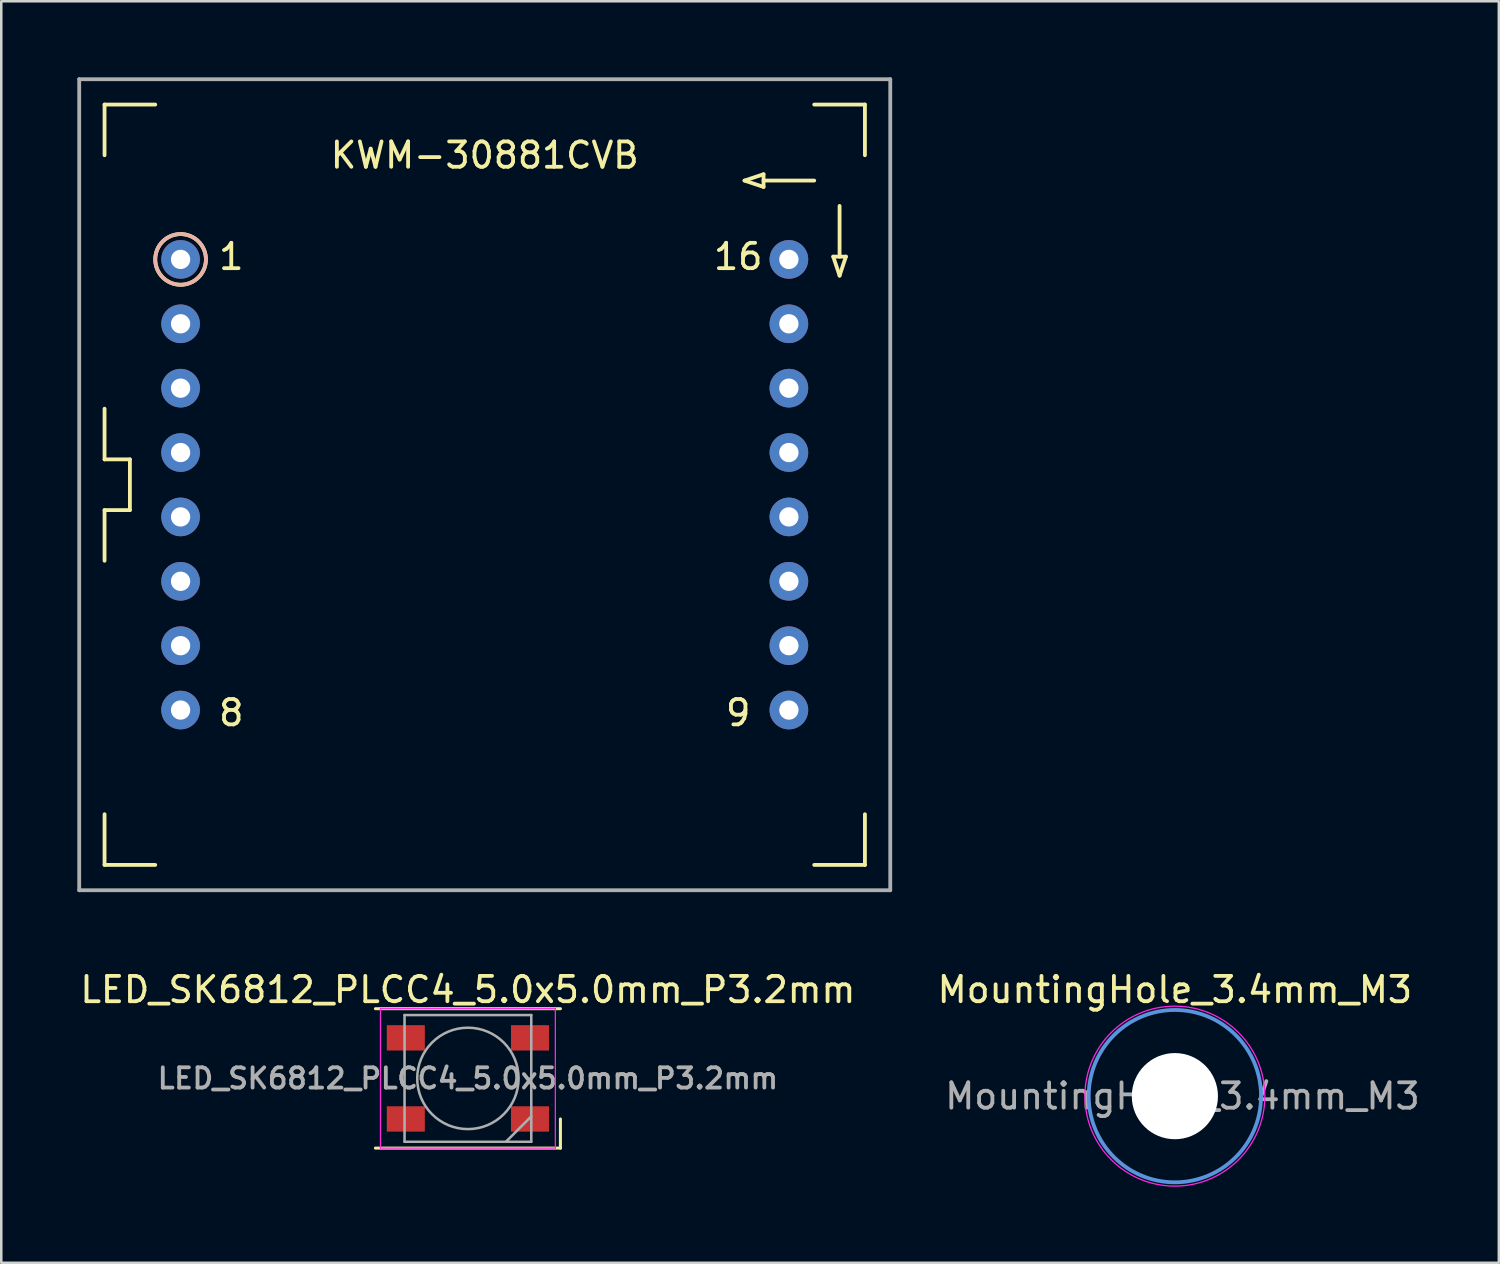
<source format=kicad_pcb>
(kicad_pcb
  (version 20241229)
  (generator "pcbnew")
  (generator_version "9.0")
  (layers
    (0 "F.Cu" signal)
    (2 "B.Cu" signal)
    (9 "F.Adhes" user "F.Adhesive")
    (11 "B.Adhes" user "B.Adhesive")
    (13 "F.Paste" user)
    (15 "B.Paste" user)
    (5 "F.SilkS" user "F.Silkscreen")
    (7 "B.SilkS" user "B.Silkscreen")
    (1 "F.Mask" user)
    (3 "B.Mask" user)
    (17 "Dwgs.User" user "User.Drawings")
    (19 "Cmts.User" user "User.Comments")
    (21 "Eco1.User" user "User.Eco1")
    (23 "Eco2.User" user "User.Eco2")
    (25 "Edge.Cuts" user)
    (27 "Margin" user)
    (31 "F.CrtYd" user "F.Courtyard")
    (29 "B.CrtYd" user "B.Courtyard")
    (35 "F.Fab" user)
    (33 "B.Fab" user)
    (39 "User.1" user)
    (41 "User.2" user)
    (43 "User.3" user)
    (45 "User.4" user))
  (footprint "MountingHole_3.4mm_M3"
    (layer "F.Cu")
    (at 43.304 40.198)
    (property "Reference" "MountingHole_3.4mm_M3" (at 0 -4.2 0) (layer "F.SilkS") (effects (font (size 1 1) (thickness 0.15))))
    (attr exclude_from_pos_files exclude_from_bom)
    (fp_circle (center 0 0) (end 3.4 0) (stroke (width 0.15) (type solid)) (fill no) (layer "Cmts.User"))
    (fp_circle (center 0 0) (end 3.55 0) (stroke (width 0.05) (type solid)) (fill no) (layer "F.CrtYd"))
    (fp_text user "${REFERENCE}" (at 0.3 0 0) (layer "F.Fab") (effects (font (size 1 1) (thickness 0.15))))
    (pad "" np_thru_hole circle (at 0 0) (size 3.4 3.4) (drill 3.4) (layers "*.Cu" "*.Mask")))
  (footprint "KWM-30881CVB"
    (layer "F.Cu")
    (at 16.075 16.075)
    (property "Reference" "KWM-30881CVB" (at 0 -13 0) (layer "F.SilkS") (effects (font (size 1 1) (thickness 0.15))))
    (attr smd)
    (fp_line (start -15 -15) (end -13 -15) (stroke (width 0.15) (type solid)) (layer "F.SilkS"))
    (fp_line (start -15 -13) (end -15 -15) (stroke (width 0.15) (type solid)) (layer "F.SilkS"))
    (fp_line (start -15 -1) (end -15 -3) (stroke (width 0.15) (type solid)) (layer "F.SilkS"))
    (fp_line (start -15 -1) (end -14 -1) (stroke (width 0.15) (type solid)) (layer "F.SilkS"))
    (fp_line (start -15 1) (end -15 3) (stroke (width 0.15) (type solid)) (layer "F.SilkS"))
    (fp_line (start -15 15) (end -15 13) (stroke (width 0.15) (type solid)) (layer "F.SilkS"))
    (fp_line (start -14 -1) (end -14 1) (stroke (width 0.15) (type solid)) (layer "F.SilkS"))
    (fp_line (start -14 1) (end -15 1) (stroke (width 0.15) (type solid)) (layer "F.SilkS"))
    (fp_line (start -13 15) (end -15 15) (stroke (width 0.15) (type solid)) (layer "F.SilkS"))
    (fp_line (start 10.25 -12) (end 11 -11.75) (stroke (width 0.15) (type solid)) (layer "F.SilkS"))
    (fp_line (start 11 -12.25) (end 10.25 -12) (stroke (width 0.15) (type solid)) (layer "F.SilkS"))
    (fp_line (start 11 -11.75) (end 11 -12.25) (stroke (width 0.15) (type solid)) (layer "F.SilkS"))
    (fp_line (start 13 -15) (end 15 -15) (stroke (width 0.15) (type solid)) (layer "F.SilkS"))
    (fp_line (start 13 -12) (end 11 -12) (stroke (width 0.15) (type solid)) (layer "F.SilkS"))
    (fp_line (start 13.75 -9) (end 14.25 -9) (stroke (width 0.15) (type solid)) (layer "F.SilkS"))
    (fp_line (start 14 -11) (end 14 -9) (stroke (width 0.15) (type solid)) (layer "F.SilkS"))
    (fp_line (start 14 -8.25) (end 13.75 -9) (stroke (width 0.15) (type solid)) (layer "F.SilkS"))
    (fp_line (start 14.25 -9) (end 14 -8.25) (stroke (width 0.15) (type solid)) (layer "F.SilkS"))
    (fp_line (start 15 -15) (end 15 -13) (stroke (width 0.15) (type solid)) (layer "F.SilkS"))
    (fp_line (start 15 13) (end 15 15) (stroke (width 0.15) (type solid)) (layer "F.SilkS"))
    (fp_line (start 15 15) (end 13 15) (stroke (width 0.15) (type solid)) (layer "F.SilkS"))
    (fp_circle (center -12 -8.89) (end -12 -7.89) (stroke (width 0.15) (type solid)) (fill no) (layer "F.SilkS"))
    (fp_circle (center -12 -8.89) (end -11 -8.89) (stroke (width 0.15) (type solid)) (fill no) (layer "B.SilkS"))
    (fp_line (start -16 -16) (end 16 -16) (stroke (width 0.15) (type solid)) (layer "F.Fab"))
    (fp_line (start -16 16) (end -16 -16) (stroke (width 0.15) (type solid)) (layer "F.Fab"))
    (fp_line (start 16 -16) (end 16 16) (stroke (width 0.15) (type solid)) (layer "F.Fab"))
    (fp_line (start 16 16) (end -16 16) (stroke (width 0.15) (type solid)) (layer "F.Fab"))
    (fp_text user "9" (at 10 9 0) (layer "F.SilkS") (effects (font (size 1 1) (thickness 0.15))))
    (fp_text user "8" (at -10 9 0) (layer "F.SilkS") (effects (font (size 1 1) (thickness 0.15))))
    (fp_text user "1" (at -10 -9 0) (layer "F.SilkS") (effects (font (size 1 1) (thickness 0.15))))
    (fp_text user "16" (at 10 -9 0) (layer "F.SilkS") (effects (font (size 1 1) (thickness 0.15))))
    (pad "1" thru_hole circle (at -12 -8.89) (size 1.524 1.524) (drill 0.762) (layers "*.Cu" "*.Mask"))
    (pad "2" thru_hole circle (at -12 -6.35) (size 1.524 1.524) (drill 0.762) (layers "*.Cu" "*.Mask"))
    (pad "3" thru_hole circle (at -12 -3.81) (size 1.524 1.524) (drill 0.762) (layers "*.Cu" "*.Mask"))
    (pad "4" thru_hole circle (at -12 -1.27) (size 1.524 1.524) (drill 0.762) (layers "*.Cu" "*.Mask"))
    (pad "5" thru_hole circle (at -12 1.27) (size 1.524 1.524) (drill 0.762) (layers "*.Cu" "*.Mask"))
    (pad "6" thru_hole circle (at -12 3.81) (size 1.524 1.524) (drill 0.762) (layers "*.Cu" "*.Mask"))
    (pad "7" thru_hole circle (at -12 6.35) (size 1.524 1.524) (drill 0.762) (layers "*.Cu" "*.Mask"))
    (pad "8" thru_hole circle (at -12 8.89) (size 1.524 1.524) (drill 0.762) (layers "*.Cu" "*.Mask"))
    (pad "9" thru_hole circle (at 12 8.89) (size 1.524 1.524) (drill 0.762) (layers "*.Cu" "*.Mask"))
    (pad "10" thru_hole circle (at 12 6.35) (size 1.524 1.524) (drill 0.762) (layers "*.Cu" "*.Mask"))
    (pad "11" thru_hole circle (at 12 3.81) (size 1.524 1.524) (drill 0.762) (layers "*.Cu" "*.Mask"))
    (pad "12" thru_hole circle (at 12 1.27) (size 1.524 1.524) (drill 0.762) (layers "*.Cu" "*.Mask"))
    (pad "13" thru_hole circle (at 12 -1.27) (size 1.524 1.524) (drill 0.762) (layers "*.Cu" "*.Mask"))
    (pad "14" thru_hole circle (at 12 -3.81) (size 1.524 1.524) (drill 0.762) (layers "*.Cu" "*.Mask"))
    (pad "15" thru_hole circle (at 12 -6.35) (size 1.524 1.524) (drill 0.762) (layers "*.Cu" "*.Mask"))
    (pad "16" thru_hole circle (at 12 -8.89) (size 1.524 1.524) (drill 0.762) (layers "*.Cu" "*.Mask")))
  (footprint "LED_SK6812_PLCC4_5.0x5.0mm_P3.2mm"
    (layer "F.Cu")
    (at 15.411 39.498)
    (property "Reference" "LED_SK6812_PLCC4_5.0x5.0mm_P3.2mm" (at 0 -3.5 0) (layer "F.SilkS") (effects (font (size 1 1) (thickness 0.15))))
    (attr smd)
    (fp_line (start -3.65 -2.75) (end 3.65 -2.75) (stroke (width 0.12) (type solid)) (layer "F.SilkS"))
    (fp_line (start -3.65 2.75) (end 3.65 2.75) (stroke (width 0.12) (type solid)) (layer "F.SilkS"))
    (fp_line (start 3.65 2.75) (end 3.65 1.6) (stroke (width 0.12) (type solid)) (layer "F.SilkS"))
    (fp_line (start -3.45 -2.75) (end -3.45 2.75) (stroke (width 0.05) (type solid)) (layer "F.CrtYd"))
    (fp_line (start -3.45 2.75) (end 3.45 2.75) (stroke (width 0.05) (type solid)) (layer "F.CrtYd"))
    (fp_line (start 3.45 -2.75) (end -3.45 -2.75) (stroke (width 0.05) (type solid)) (layer "F.CrtYd"))
    (fp_line (start 3.45 2.75) (end 3.45 -2.75) (stroke (width 0.05) (type solid)) (layer "F.CrtYd"))
    (fp_line (start -2.5 -2.5) (end -2.5 2.5) (stroke (width 0.1) (type solid)) (layer "F.Fab"))
    (fp_line (start -2.5 2.5) (end 2.5 2.5) (stroke (width 0.1) (type solid)) (layer "F.Fab"))
    (fp_line (start 2.5 -2.5) (end -2.5 -2.5) (stroke (width 0.1) (type solid)) (layer "F.Fab"))
    (fp_line (start 2.5 1.5) (end 1.5 2.5) (stroke (width 0.1) (type solid)) (layer "F.Fab"))
    (fp_line (start 2.5 2.5) (end 2.5 -2.5) (stroke (width 0.1) (type solid)) (layer "F.Fab"))
    (fp_circle (center 0 0) (end 0 -2) (stroke (width 0.1) (type solid)) (fill no) (layer "F.Fab"))
    (fp_text user "${REFERENCE}" (at 0 0 0) (layer "F.Fab") (effects (font (size 0.8 0.8) (thickness 0.15))))
    (pad "1" smd rect (at 2.45 1.6) (size 1.5 1) (layers "F.Cu" "F.Mask" "F.Paste"))
    (pad "2" smd rect (at 2.45 -1.6) (size 1.5 1) (layers "F.Cu" "F.Mask" "F.Paste"))
    (pad "3" smd rect (at -2.45 -1.6) (size 1.5 1) (layers "F.Cu" "F.Mask" "F.Paste"))
    (pad "4" smd rect (at -2.45 1.6) (size 1.5 1) (layers "F.Cu" "F.Mask" "F.Paste")))
  (gr_rect
    (start -3 -3)
    (end 56.086 46.773)
    (stroke (width 0.1) (type default))
    (fill no)
    (layer "Edge.Cuts")))
</source>
